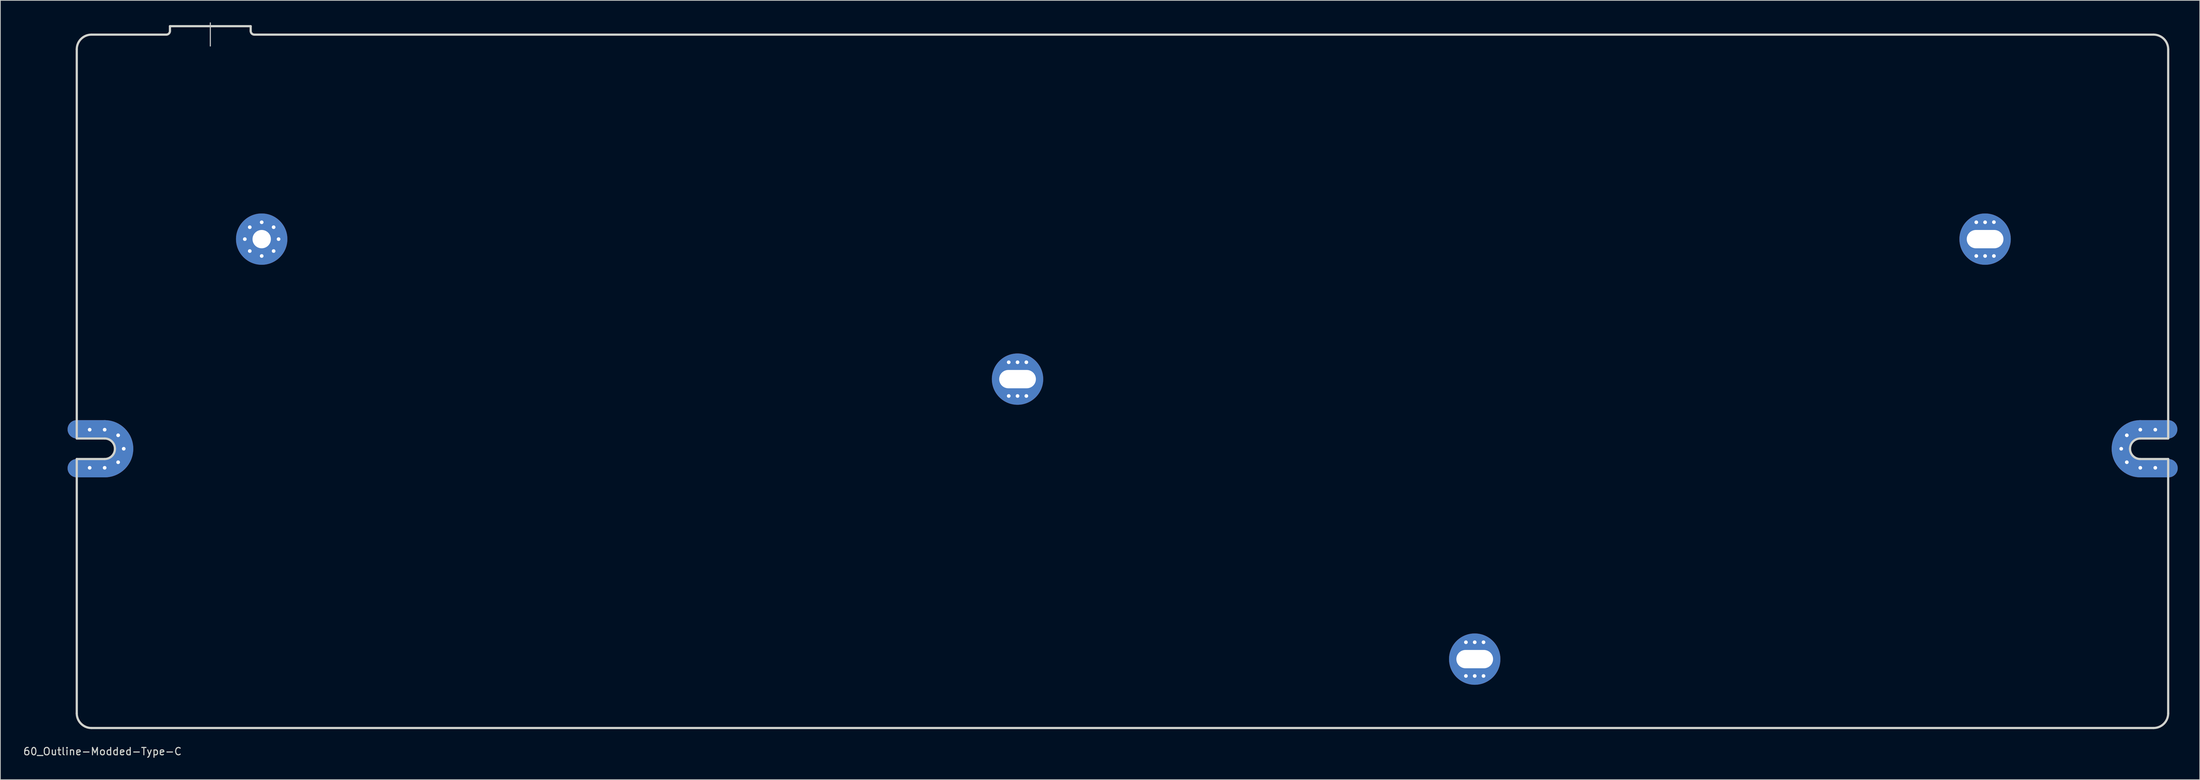
<source format=kicad_pcb>
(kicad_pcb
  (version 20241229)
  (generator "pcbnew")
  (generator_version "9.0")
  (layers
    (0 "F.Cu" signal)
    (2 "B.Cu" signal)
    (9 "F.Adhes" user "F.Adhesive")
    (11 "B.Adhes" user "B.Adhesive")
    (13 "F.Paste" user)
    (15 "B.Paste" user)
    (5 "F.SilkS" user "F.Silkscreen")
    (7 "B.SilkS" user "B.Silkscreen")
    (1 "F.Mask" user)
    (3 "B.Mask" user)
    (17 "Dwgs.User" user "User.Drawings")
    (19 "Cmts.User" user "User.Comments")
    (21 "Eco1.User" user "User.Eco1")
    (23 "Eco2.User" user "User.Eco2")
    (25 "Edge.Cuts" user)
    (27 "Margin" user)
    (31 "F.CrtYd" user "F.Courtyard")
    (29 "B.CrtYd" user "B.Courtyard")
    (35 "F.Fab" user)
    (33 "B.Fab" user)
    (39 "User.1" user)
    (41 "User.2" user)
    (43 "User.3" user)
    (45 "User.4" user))
  (footprint "60_Outline-Modded-Type-C"
    (layer "F.Cu")
    (at 149.911 48.975)
    (property "Reference" "60_Outline-Modded-Type-C" (at -139 50.5 0) (layer "Edge.Cuts") (effects (font (size 1 1) (thickness 0.15))))
    (attr through_hole)
    (fp_line (start -142.5 6.549) (end -138.7 6.549) (stroke (width 2.502) (type solid)) (layer "F.Cu"))
    (fp_line (start -142.5 11.851) (end -138.7 11.851) (stroke (width 2.502) (type solid)) (layer "F.Cu"))
    (fp_line (start 138.7 6.549) (end 142.5 6.549) (stroke (width 2.502) (type solid)) (layer "F.Cu"))
    (fp_line (start 138.7 11.851) (end 142.55 11.851) (stroke (width 2.502) (type solid)) (layer "F.Cu"))
    (fp_arc (start -138.7 6.54905) (mid -136.825495 7.325495) (end -136.04905 9.2) (stroke (width 2.5019) (type solid)) (layer "F.Cu"))
    (fp_arc (start -136.04905 9.2) (mid -136.825495 11.074505) (end -138.7 11.85095) (stroke (width 2.5019) (type solid)) (layer "F.Cu"))
    (fp_arc (start 136.04905 9.2) (mid 136.825495 7.325495) (end 138.7 6.54905) (stroke (width 2.5019) (type solid)) (layer "F.Cu"))
    (fp_arc (start 138.7 11.85095) (mid 136.825495 11.074505) (end 136.04905 9.2) (stroke (width 2.5019) (type solid)) (layer "F.Cu"))
    (fp_line (start -142.5 6.549) (end -138.7 6.549) (stroke (width 2.502) (type solid)) (layer "F.Mask"))
    (fp_line (start -142.5 11.851) (end -138.7 11.851) (stroke (width 2.502) (type solid)) (layer "F.Mask"))
    (fp_line (start 138.7 6.549) (end 142.5 6.549) (stroke (width 2.502) (type solid)) (layer "F.Mask"))
    (fp_line (start 138.7 11.851) (end 142.55 11.851) (stroke (width 2.502) (type solid)) (layer "F.Mask"))
    (fp_arc (start -138.7 6.54905) (mid -136.825495 7.325495) (end -136.04905 9.2) (stroke (width 2.5019) (type solid)) (layer "F.Mask"))
    (fp_arc (start -136.04905 9.2) (mid -136.825495 11.074505) (end -138.7 11.85095) (stroke (width 2.5019) (type solid)) (layer "F.Mask"))
    (fp_arc (start 136.04905 9.2) (mid 136.825495 7.325495) (end 138.7 6.54905) (stroke (width 2.5019) (type solid)) (layer "F.Mask"))
    (fp_arc (start 138.7 11.85095) (mid 136.825495 11.074505) (end 136.04905 9.2) (stroke (width 2.5019) (type solid)) (layer "F.Mask"))
    (fp_line (start -142.5 6.549) (end -138.7 6.549) (stroke (width 2.502) (type solid)) (layer "B.Cu"))
    (fp_line (start -142.5 11.851) (end -138.7 11.851) (stroke (width 2.502) (type solid)) (layer "B.Cu"))
    (fp_line (start 138.7 6.549) (end 142.5 6.549) (stroke (width 2.502) (type solid)) (layer "B.Cu"))
    (fp_line (start 138.7 11.851) (end 142.55 11.851) (stroke (width 2.502) (type solid)) (layer "B.Cu"))
    (fp_arc (start -138.7 6.54905) (mid -136.825495 7.325495) (end -136.04905 9.2) (stroke (width 2.5019) (type solid)) (layer "B.Cu"))
    (fp_arc (start -136.04905 9.2) (mid -136.825495 11.074505) (end -138.7 11.85095) (stroke (width 2.5019) (type solid)) (layer "B.Cu"))
    (fp_arc (start 136.04905 9.2) (mid 136.825495 7.325495) (end 138.7 6.54905) (stroke (width 2.5019) (type solid)) (layer "B.Cu"))
    (fp_arc (start 138.7 11.85095) (mid 136.825495 11.074505) (end 136.04905 9.2) (stroke (width 2.5019) (type solid)) (layer "B.Cu"))
    (fp_line (start -142.5 6.549) (end -138.7 6.549) (stroke (width 2.502) (type solid)) (layer "B.Mask"))
    (fp_line (start -142.5 11.851) (end -138.7 11.851) (stroke (width 2.502) (type solid)) (layer "B.Mask"))
    (fp_line (start 138.7 6.549) (end 142.5 6.549) (stroke (width 2.502) (type solid)) (layer "B.Mask"))
    (fp_line (start 138.7 11.851) (end 142.55 11.851) (stroke (width 2.502) (type solid)) (layer "B.Mask"))
    (fp_arc (start -138.7 6.54905) (mid -136.825495 7.325495) (end -136.04905 9.2) (stroke (width 2.5019) (type solid)) (layer "B.Mask"))
    (fp_arc (start -136.04905 9.2) (mid -136.825495 11.074505) (end -138.7 11.85095) (stroke (width 2.5019) (type solid)) (layer "B.Mask"))
    (fp_arc (start 136.04905 9.2) (mid 136.825495 7.325495) (end 138.7 6.54905) (stroke (width 2.5019) (type solid)) (layer "B.Mask"))
    (fp_arc (start 138.7 11.85095) (mid 136.825495 11.074505) (end 136.04905 9.2) (stroke (width 2.5019) (type solid)) (layer "B.Mask"))
    (fp_line (start -124.3 -48.9) (end -124.3 -45.75) (stroke (width 0.15) (type solid)) (layer "Dwgs.User"))
    (fp_line (start -142.5 7.8) (end -142.5 -45.3) (stroke (width 0.3) (type solid)) (layer "Edge.Cuts"))
    (fp_line (start -142.5 10.6) (end -138.7 10.6) (stroke (width 0.3) (type solid)) (layer "Edge.Cuts"))
    (fp_line (start -142.5 45.3) (end -142.5 10.6) (stroke (width 0.3) (type solid)) (layer "Edge.Cuts"))
    (fp_line (start -140.5 -47.3) (end -130.3 -47.3) (stroke (width 0.3) (type solid)) (layer "Edge.Cuts"))
    (fp_line (start -140.5 47.3) (end 140.5 47.3) (stroke (width 0.3) (type solid)) (layer "Edge.Cuts"))
    (fp_line (start -138.7 7.8) (end -142.5 7.8) (stroke (width 0.3) (type solid)) (layer "Edge.Cuts"))
    (fp_line (start -129.802 -47.805) (end -129.802 -48.448) (stroke (width 0.3) (type solid)) (layer "Edge.Cuts"))
    (fp_line (start -129.8 -48.452) (end -118.8 -48.452) (stroke (width 0.3) (type solid)) (layer "Edge.Cuts"))
    (fp_line (start -118.8 -47.8) (end -118.798 -48.448) (stroke (width 0.3) (type solid)) (layer "Edge.Cuts"))
    (fp_line (start 138.7 7.8) (end 142.5 7.8) (stroke (width 0.3) (type solid)) (layer "Edge.Cuts"))
    (fp_line (start 138.7 10.6) (end 142.5 10.6) (stroke (width 0.3) (type solid)) (layer "Edge.Cuts"))
    (fp_line (start 140.5 -47.3) (end -118.3 -47.3) (stroke (width 0.3) (type solid)) (layer "Edge.Cuts"))
    (fp_line (start 142.5 7.8) (end 142.5 -45.3) (stroke (width 0.3) (type solid)) (layer "Edge.Cuts"))
    (fp_line (start 142.5 10.6) (end 142.5 45.3) (stroke (width 0.3) (type solid)) (layer "Edge.Cuts"))
    (fp_arc (start -142.5 -45.3) (mid -141.914214 -46.714214) (end -140.5 -47.3) (stroke (width 0.3) (type solid)) (layer "Edge.Cuts"))
    (fp_arc (start -140.5 47.3) (mid -141.914214 46.714214) (end -142.5 45.3) (stroke (width 0.3) (type solid)) (layer "Edge.Cuts"))
    (fp_arc (start -138.7 7.8) (mid -137.710051 8.210051) (end -137.3 9.2) (stroke (width 0.3) (type solid)) (layer "Edge.Cuts"))
    (fp_arc (start -137.3 9.2) (mid -137.710051 10.189949) (end -138.7 10.6) (stroke (width 0.3) (type solid)) (layer "Edge.Cuts"))
    (fp_arc (start -129.8 -47.8) (mid -129.946447 -47.446447) (end -130.3 -47.3) (stroke (width 0.3) (type solid)) (layer "Edge.Cuts"))
    (fp_arc (start -118.3 -47.3) (mid -118.653553 -47.446447) (end -118.8 -47.8) (stroke (width 0.3) (type solid)) (layer "Edge.Cuts"))
    (fp_arc (start 137.3 9.2) (mid 137.710051 8.210051) (end 138.7 7.8) (stroke (width 0.3) (type solid)) (layer "Edge.Cuts"))
    (fp_arc (start 138.7 10.6) (mid 137.710051 10.189949) (end 137.3 9.2) (stroke (width 0.3) (type solid)) (layer "Edge.Cuts"))
    (fp_arc (start 140.5 -47.3) (mid 141.914214 -46.714214) (end 142.5 -45.3) (stroke (width 0.3) (type solid)) (layer "Edge.Cuts"))
    (fp_arc (start 142.5 45.3) (mid 141.914214 46.714214) (end 140.5 47.3) (stroke (width 0.3) (type solid)) (layer "Edge.Cuts"))
    (pad "1" thru_hole circle (at -140.742 6.6) (size 1 1) (drill 0.5) (layers "*.Cu" "*.Mask"))
    (pad "1" thru_hole circle (at -140.742 11.8) (size 1 1) (drill 0.5) (layers "*.Cu" "*.Mask"))
    (pad "1" thru_hole circle (at -138.7 6.6) (size 1 1) (drill 0.5) (layers "*.Cu" "*.Mask"))
    (pad "1" thru_hole circle (at -138.7 11.8) (size 1 1) (drill 0.5) (layers "*.Cu" "*.Mask"))
    (pad "1" thru_hole circle (at -136.862 7.362) (size 1 1) (drill 0.5) (layers "*.Cu" "*.Mask"))
    (pad "1" thru_hole circle (at -136.862 11.038) (size 1 1) (drill 0.5) (layers "*.Cu" "*.Mask"))
    (pad "1" thru_hole circle (at -136.1 9.2) (size 1 1) (drill 0.5) (layers "*.Cu" "*.Mask"))
    (pad "1" thru_hole circle (at -119.6 -19.4) (size 1 1) (drill 0.5) (layers "*.Cu" "*.Mask"))
    (pad "1" thru_hole circle (at -118.926 -21.026) (size 1 1) (drill 0.5) (layers "*.Cu" "*.Mask"))
    (pad "1" thru_hole circle (at -118.926 -17.774) (size 1 1) (drill 0.5) (layers "*.Cu" "*.Mask"))
    (pad "1" thru_hole circle (at -117.3 -21.7) (size 1 1) (drill 0.5) (layers "*.Cu" "*.Mask"))
    (pad "1" thru_hole circle (at -117.3 -19.4) (size 7.001 7.001) (drill 2.499) (layers "*.Cu" "*.Mask"))
    (pad "1" thru_hole circle (at -117.3 -17.1) (size 1 1) (drill 0.5) (layers "*.Cu" "*.Mask"))
    (pad "1" thru_hole circle (at -115.674 -21.026) (size 1 1) (drill 0.5) (layers "*.Cu" "*.Mask"))
    (pad "1" thru_hole circle (at -115.674 -17.774) (size 1 1) (drill 0.5) (layers "*.Cu" "*.Mask"))
    (pad "1" thru_hole circle (at -115 -19.4) (size 1 1) (drill 0.5) (layers "*.Cu" "*.Mask"))
    (pad "1" thru_hole circle (at -15.5 -2.6) (size 1 1) (drill 0.5) (layers "*.Cu" "*.Mask"))
    (pad "1" thru_hole circle (at -15.5 2) (size 1 1) (drill 0.5) (layers "*.Cu" "*.Mask"))
    (pad "1" thru_hole circle (at -14.3 -2.6) (size 1 1) (drill 0.5) (layers "*.Cu" "*.Mask"))
    (pad "1" thru_hole circle (at -14.3 -0.3) (size 7 7) (drill oval 5.001 2.499) (layers "*.Cu" "*.Mask"))
    (pad "1" thru_hole circle (at -14.3 2) (size 1 1) (drill 0.5) (layers "*.Cu" "*.Mask"))
    (pad "1" thru_hole circle (at -13.1 -2.6) (size 1 1) (drill 0.5) (layers "*.Cu" "*.Mask"))
    (pad "1" thru_hole circle (at -13.1 2) (size 1 1) (drill 0.5) (layers "*.Cu" "*.Mask"))
    (pad "1" thru_hole circle (at 46.8 35.6) (size 1 1) (drill 0.5) (layers "*.Cu" "*.Mask"))
    (pad "1" thru_hole circle (at 46.8 40.2) (size 1 1) (drill 0.5) (layers "*.Cu" "*.Mask"))
    (pad "1" thru_hole circle (at 48 35.6) (size 1 1) (drill 0.5) (layers "*.Cu" "*.Mask"))
    (pad "1" thru_hole circle (at 48 37.9) (size 7 7) (drill oval 5.001 2.499) (layers "*.Cu" "*.Mask"))
    (pad "1" thru_hole circle (at 48 40.2) (size 1 1) (drill 0.5) (layers "*.Cu" "*.Mask"))
    (pad "1" thru_hole circle (at 49.2 35.6) (size 1 1) (drill 0.5) (layers "*.Cu" "*.Mask"))
    (pad "1" thru_hole circle (at 49.2 40.2) (size 1 1) (drill 0.5) (layers "*.Cu" "*.Mask"))
    (pad "1" thru_hole circle (at 116.35 -21.7) (size 1 1) (drill 0.5) (layers "*.Cu" "*.Mask"))
    (pad "1" thru_hole circle (at 116.35 -17.1) (size 1 1) (drill 0.5) (layers "*.Cu" "*.Mask"))
    (pad "1" thru_hole circle (at 117.55 -21.7) (size 1 1) (drill 0.5) (layers "*.Cu" "*.Mask"))
    (pad "1" thru_hole circle (at 117.55 -19.4) (size 7 7) (drill oval 5.001 2.499) (layers "*.Cu" "*.Mask"))
    (pad "1" thru_hole circle (at 117.55 -17.1) (size 1 1) (drill 0.5) (layers "*.Cu" "*.Mask"))
    (pad "1" thru_hole circle (at 118.75 -21.717) (size 1 1) (drill 0.5) (layers "*.Cu" "*.Mask"))
    (pad "1" thru_hole circle (at 118.75 -17.1) (size 1 1) (drill 0.5) (layers "*.Cu" "*.Mask"))
    (pad "1" thru_hole circle (at 136.1 9.2) (size 1 1) (drill 0.5) (layers "*.Cu" "*.Mask"))
    (pad "1" thru_hole circle (at 136.862 7.362) (size 1 1) (drill 0.5) (layers "*.Cu" "*.Mask"))
    (pad "1" thru_hole circle (at 136.862 11.038) (size 1 1) (drill 0.5) (layers "*.Cu" "*.Mask"))
    (pad "1" thru_hole circle (at 138.7 6.6) (size 1 1) (drill 0.5) (layers "*.Cu" "*.Mask"))
    (pad "1" thru_hole circle (at 138.7 11.8) (size 1 1) (drill 0.5) (layers "*.Cu" "*.Mask"))
    (pad "1" thru_hole circle (at 140.742 6.6) (size 1 1) (drill 0.5) (layers "*.Cu" "*.Mask"))
    (pad "1" thru_hole circle (at 140.742 11.8) (size 1 1) (drill 0.5) (layers "*.Cu" "*.Mask")))
  (gr_rect
    (start -3 -3)
    (end 296.712 103.323)
    (stroke (width 0.1) (type default))
    (fill no)
    (layer "Edge.Cuts")))
</source>
